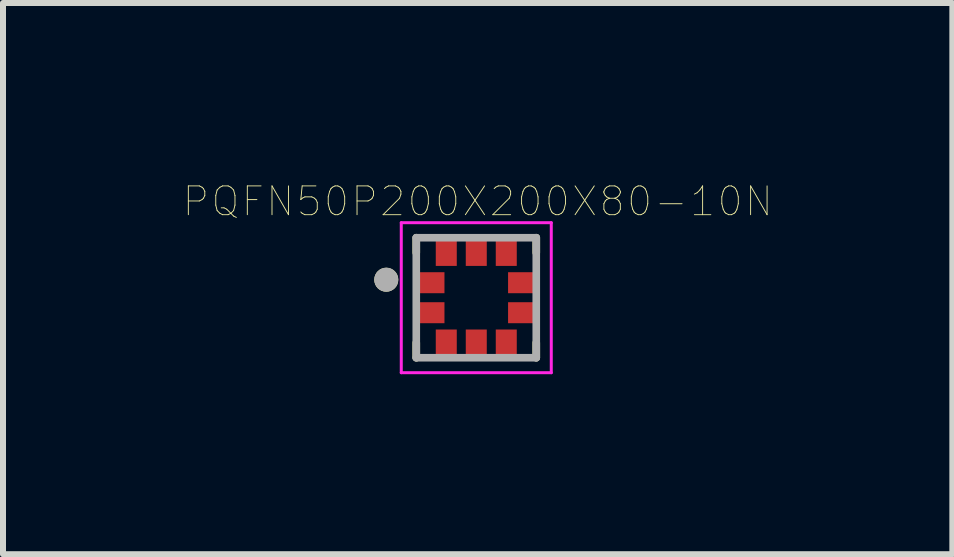
<source format=kicad_pcb>
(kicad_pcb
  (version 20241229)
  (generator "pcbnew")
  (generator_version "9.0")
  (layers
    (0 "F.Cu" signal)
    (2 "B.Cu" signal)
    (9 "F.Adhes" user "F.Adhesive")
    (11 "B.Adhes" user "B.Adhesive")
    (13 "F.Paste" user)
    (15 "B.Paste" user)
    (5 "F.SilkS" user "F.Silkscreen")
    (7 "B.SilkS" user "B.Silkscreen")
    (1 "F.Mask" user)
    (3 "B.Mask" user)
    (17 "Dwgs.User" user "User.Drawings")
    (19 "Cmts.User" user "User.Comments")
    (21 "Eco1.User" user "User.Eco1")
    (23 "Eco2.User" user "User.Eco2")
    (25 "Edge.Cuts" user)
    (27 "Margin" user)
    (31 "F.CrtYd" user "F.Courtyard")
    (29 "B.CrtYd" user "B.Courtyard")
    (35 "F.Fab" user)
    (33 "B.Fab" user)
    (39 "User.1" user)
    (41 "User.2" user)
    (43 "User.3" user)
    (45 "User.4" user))
  (footprint "PQFN50P200X200X80-10N"
    (layer "F.Cu")
    (at 4.888 1.912)
    (property "Reference" "PQFN50P200X200X80-10N" (at 0.024 -1.605 0) (layer "F.SilkS") (effects (font (size 0.48 0.48) (thickness 0.015))))
    (attr through_hole)
    (fp_line (start -1 -0.75) (end -1 -1) (stroke (width 0.127) (type solid)) (layer "F.SilkS"))
    (fp_line (start -1 1) (end -1 0.75) (stroke (width 0.127) (type solid)) (layer "F.SilkS"))
    (fp_line (start 1 -1) (end 1 -0.75) (stroke (width 0.127) (type solid)) (layer "F.SilkS"))
    (fp_line (start 1 1) (end 1 0.75) (stroke (width 0.127) (type solid)) (layer "F.SilkS"))
    (fp_circle (center -1.5 -0.3) (end -1.4 -0.3) (stroke (width 0.2) (type solid)) (fill no) (layer "F.SilkS"))
    (fp_line (start -1.25 -1.25) (end 1.25 -1.25) (stroke (width 0.05) (type solid)) (layer "F.CrtYd"))
    (fp_line (start -1.25 1.25) (end -1.25 -1.25) (stroke (width 0.05) (type solid)) (layer "F.CrtYd"))
    (fp_line (start 1.25 -1.25) (end 1.25 1.25) (stroke (width 0.05) (type solid)) (layer "F.CrtYd"))
    (fp_line (start 1.25 1.25) (end -1.25 1.25) (stroke (width 0.05) (type solid)) (layer "F.CrtYd"))
    (fp_line (start -1 -1) (end 1 -1) (stroke (width 0.127) (type solid)) (layer "F.Fab"))
    (fp_line (start -1 1) (end -1 -1) (stroke (width 0.127) (type solid)) (layer "F.Fab"))
    (fp_line (start 1 -1) (end 1 1) (stroke (width 0.127) (type solid)) (layer "F.Fab"))
    (fp_line (start 1 1) (end -1 1) (stroke (width 0.127) (type solid)) (layer "F.Fab"))
    (fp_circle (center -1.5 -0.3) (end -1.4 -0.3) (stroke (width 0.2) (type solid)) (fill no) (layer "F.Fab"))
    (pad "1" smd rect (at -0.745 -0.25) (size 0.43 0.35) (layers "F.Cu" "F.Mask" "F.Paste"))
    (pad "2" smd rect (at -0.745 0.25) (size 0.43 0.35) (layers "F.Cu" "F.Mask" "F.Paste"))
    (pad "3" smd rect (at -0.5 0.745) (size 0.35 0.43) (layers "F.Cu" "F.Mask" "F.Paste"))
    (pad "4" smd rect (at 0 0.745) (size 0.35 0.43) (layers "F.Cu" "F.Mask" "F.Paste"))
    (pad "5" smd rect (at 0.5 0.745) (size 0.35 0.43) (layers "F.Cu" "F.Mask" "F.Paste"))
    (pad "6" smd rect (at 0.745 0.25) (size 0.43 0.35) (layers "F.Cu" "F.Mask" "F.Paste"))
    (pad "7" smd rect (at 0.745 -0.25) (size 0.43 0.35) (layers "F.Cu" "F.Mask" "F.Paste"))
    (pad "8" smd rect (at 0.5 -0.745) (size 0.35 0.43) (layers "F.Cu" "F.Mask" "F.Paste"))
    (pad "9" smd rect (at 0 -0.745) (size 0.35 0.43) (layers "F.Cu" "F.Mask" "F.Paste"))
    (pad "10" smd rect (at -0.5 -0.745) (size 0.35 0.43) (layers "F.Cu" "F.Mask" "F.Paste")))
  (gr_rect
    (start -3 -3)
    (end 12.823 6.187)
    (stroke (width 0.1) (type default))
    (fill no)
    (layer "Edge.Cuts")))
</source>
